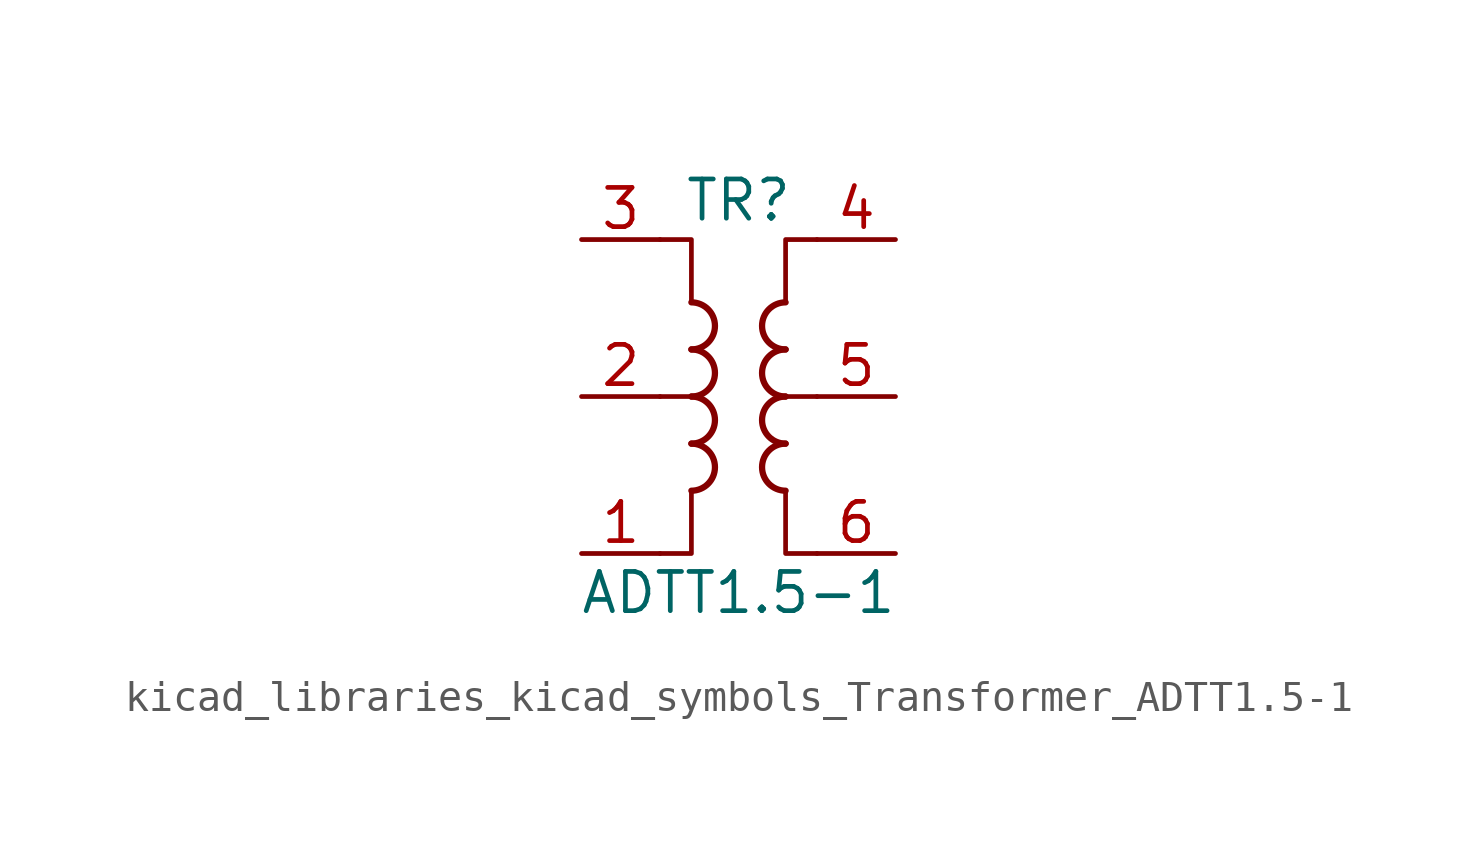
<source format=kicad_sym>
(kicad_symbol_lib
  (version 20220914)
  (generator kicad_symbol_editor)
  (symbol "kicad_libraries_kicad_symbols_Transformer_ADTT1.5-1"
    (pin_names hide)
    (property "Reference" "TR"
      (at 0 6.35 0)
      (effects (font (size 1.27 1.27))))
    (property "Value" "ADTT1.5-1"
      (at 0 -6.35 0)
      (effects (font (size 1.27 1.27))))
    (symbol "kicad_libraries_kicad_symbols_Transformer_ADTT1.5-1_0_1"
      (arc (start -1.524 -3.048) (mid -0.7653 -2.286) (end -1.524 -1.524) (stroke (width 0.2032) (type default)) (fill (type none)))
      (arc (start -1.524 -1.524) (mid -0.7653 -0.762) (end -1.524 0) (stroke (width 0.2032) (type default)) (fill (type none)))
      (arc (start -1.524 0) (mid -0.7653 0.762) (end -1.524 1.524) (stroke (width 0.2032) (type default)) (fill (type none)))
      (arc (start -1.524 1.524) (mid -0.7653 2.286) (end -1.524 3.048) (stroke (width 0.2032) (type default)) (fill (type none)))
      (polyline (pts (xy -2.54 0) (xy -1.27 0)) (stroke (width 0) (type default)) (fill (type none)))
      (polyline (pts (xy 2.54 0) (xy 1.27 0)) (stroke (width 0.152) (type default)) (fill (type none)))
      (polyline (pts (xy -2.54 5.08) (xy -1.524 5.08) (xy -1.524 3.048)) (stroke (width 0.152) (type default)) (fill (type none)))
      (polyline (pts (xy -1.524 -3.048) (xy -1.524 -5.08) (xy -2.54 -5.08)) (stroke (width 0.152) (type default)) (fill (type none)))
      (polyline (pts (xy 1.524 3.048) (xy 1.524 5.08) (xy 2.54 5.08)) (stroke (width 0.152) (type default)) (fill (type none)))
      (polyline (pts (xy 2.54 -5.08) (xy 1.524 -5.08) (xy 1.524 -3.048)) (stroke (width 0.152) (type default)) (fill (type none)))
      (arc (start 1.524 -1.524) (mid 0.7653 -2.286) (end 1.524 -3.048) (stroke (width 0.2032) (type default)) (fill (type none)))
      (arc (start 1.524 0) (mid 0.7653 -0.762) (end 1.524 -1.524) (stroke (width 0.2032) (type default)) (fill (type none)))
      (arc (start 1.524 1.524) (mid 0.7653 0.762) (end 1.524 0) (stroke (width 0.2032) (type default)) (fill (type none)))
      (arc (start 1.524 3.048) (mid 0.7653 2.286) (end 1.524 1.524) (stroke (width 0.2032) (type default)) (fill (type none))))
    (symbol "kicad_libraries_kicad_symbols_Transformer_ADTT1.5-1_1_1"
      (pin passive line (at -5.08 -5.08 0) (length 2.54) (name "~" (effects (font (size 1.27 1.27)))) (number "1" (effects (font (size 1.27 1.27)))))
      (pin passive line (at -5.08 0 0) (length 2.54) (name "~" (effects (font (size 1.27 1.27)))) (number "2" (effects (font (size 1.27 1.27)))))
      (pin passive line (at -5.08 5.08 0) (length 2.54) (name "~" (effects (font (size 1.27 1.27)))) (number "3" (effects (font (size 1.27 1.27)))))
      (pin passive line (at 5.08 5.08 180) (length 2.54) (name "~" (effects (font (size 1.27 1.27)))) (number "4" (effects (font (size 1.27 1.27)))))
      (pin passive line (at 5.08 0 180) (length 2.54) (name "~" (effects (font (size 1.27 1.27)))) (number "5" (effects (font (size 1.27 1.27)))))
      (pin passive line (at 5.08 -5.08 180) (length 2.54) (name "~" (effects (font (size 1.27 1.27)))) (number "6" (effects (font (size 1.27 1.27))))))))
</source>
